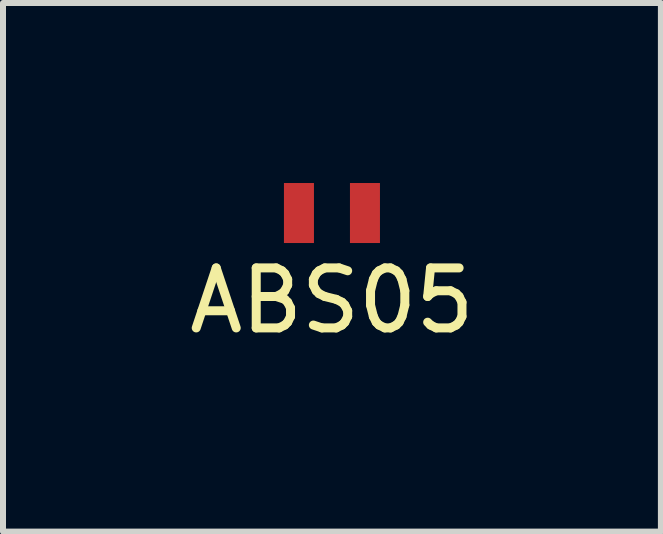
<source format=kicad_pcb>
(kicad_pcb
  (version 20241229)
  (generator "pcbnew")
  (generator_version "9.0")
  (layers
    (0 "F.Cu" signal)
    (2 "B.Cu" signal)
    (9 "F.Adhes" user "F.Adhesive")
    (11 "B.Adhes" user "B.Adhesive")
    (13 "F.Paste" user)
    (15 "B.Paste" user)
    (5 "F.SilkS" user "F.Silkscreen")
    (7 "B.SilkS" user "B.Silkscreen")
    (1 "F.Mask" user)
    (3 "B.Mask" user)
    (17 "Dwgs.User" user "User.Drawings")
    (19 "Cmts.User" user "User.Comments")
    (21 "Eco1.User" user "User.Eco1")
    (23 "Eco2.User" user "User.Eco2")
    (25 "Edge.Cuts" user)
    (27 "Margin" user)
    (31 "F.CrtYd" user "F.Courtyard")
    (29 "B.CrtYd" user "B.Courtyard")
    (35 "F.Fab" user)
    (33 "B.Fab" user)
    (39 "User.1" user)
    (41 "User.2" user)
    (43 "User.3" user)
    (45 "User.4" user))
  (footprint "ABS05"
    (layer "F.Cu")
    (at 2.482 0.5)
    (property "Reference" "ABS05" (at 0 1.46 0) (layer "F.SilkS") (effects (font (size 1 1) (thickness 0.15))))
    (attr through_hole)
    (pad "1" smd rect (at -0.55 0) (size 0.5 1) (layers "F.Cu" "F.Mask" "F.Paste"))
    (pad "2" smd rect (at 0.55 0) (size 0.5 1) (layers "F.Cu" "F.Mask" "F.Paste")))
  (gr_rect
    (start -3 -3)
    (end 7.964 5.809)
    (stroke (width 0.1) (type default))
    (fill no)
    (layer "Edge.Cuts")))
</source>
